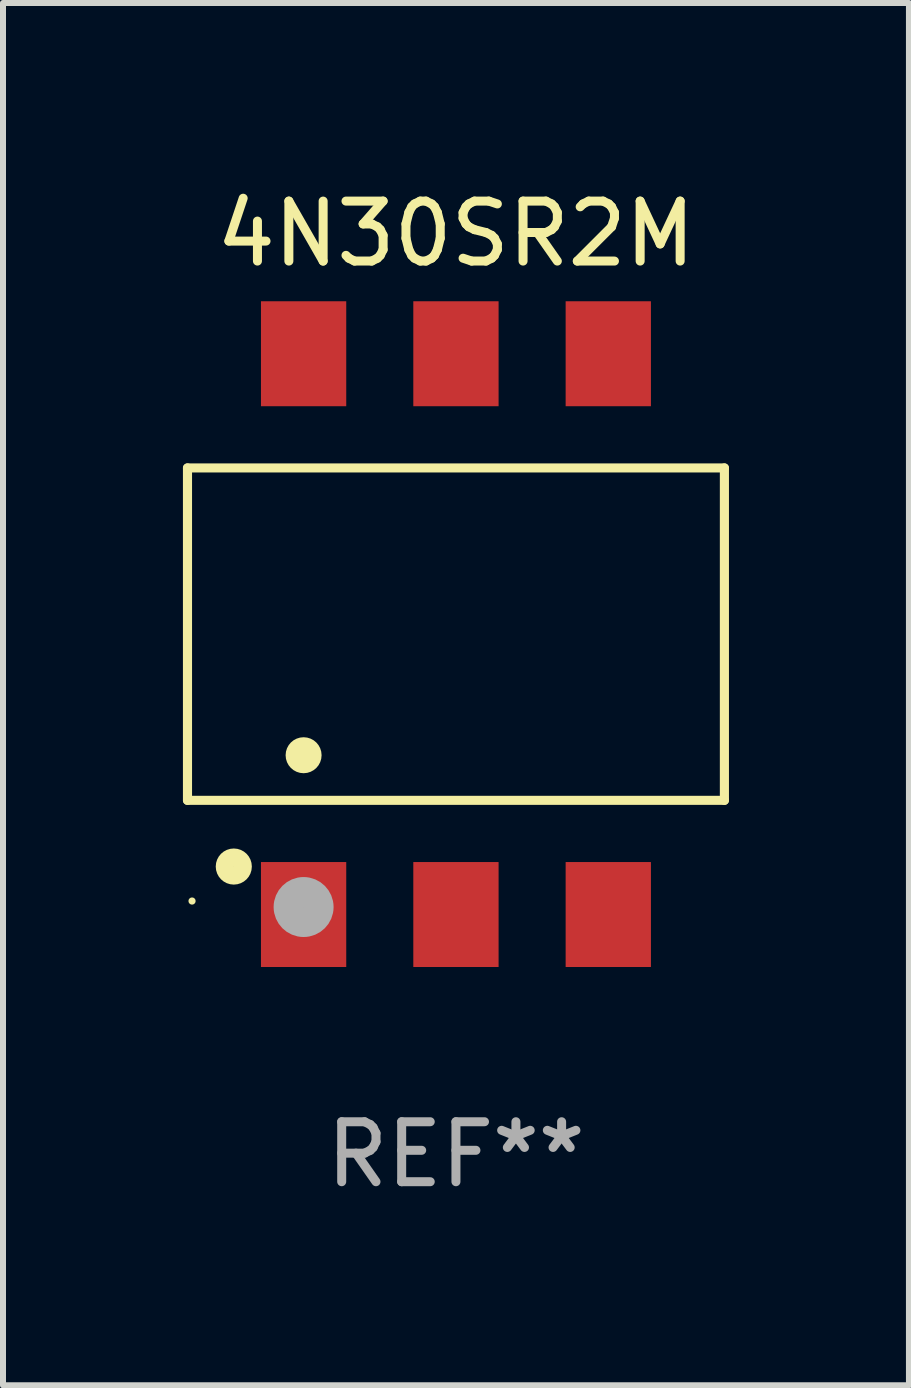
<source format=kicad_pcb>
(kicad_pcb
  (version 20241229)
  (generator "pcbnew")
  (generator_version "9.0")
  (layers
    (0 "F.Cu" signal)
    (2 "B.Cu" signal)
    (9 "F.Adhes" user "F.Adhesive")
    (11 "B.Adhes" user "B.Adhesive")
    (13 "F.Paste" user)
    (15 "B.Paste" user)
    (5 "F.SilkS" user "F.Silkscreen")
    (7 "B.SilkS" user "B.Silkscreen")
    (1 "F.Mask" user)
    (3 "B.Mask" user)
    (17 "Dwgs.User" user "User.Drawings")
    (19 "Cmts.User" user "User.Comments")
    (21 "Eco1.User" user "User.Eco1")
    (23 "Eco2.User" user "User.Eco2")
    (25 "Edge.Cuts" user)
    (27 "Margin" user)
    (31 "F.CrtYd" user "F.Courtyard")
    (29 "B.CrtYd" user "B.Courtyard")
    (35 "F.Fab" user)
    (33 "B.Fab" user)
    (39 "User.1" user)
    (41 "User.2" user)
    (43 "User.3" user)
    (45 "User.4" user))
  (footprint "4N30SR2M"
    (layer "F.Cu")
    (at 4.552 7.523)
    (property "Reference" "4N30SR2M" (at 0 -6.675 0) (layer "F.SilkS") (effects (font (size 1 1) (thickness 0.15))))
    (attr through_hole)
    (fp_line (start -4.476 -2.771) (end 4.476 -2.771) (stroke (width 0.152) (type solid)) (layer "F.SilkS"))
    (fp_line (start -4.476 2.771) (end -4.476 -2.771) (stroke (width 0.152) (type solid)) (layer "F.SilkS"))
    (fp_line (start 4.476 -2.771) (end 4.476 2.771) (stroke (width 0.152) (type solid)) (layer "F.SilkS"))
    (fp_line (start 4.476 2.771) (end -4.476 2.771) (stroke (width 0.152) (type solid)) (layer "F.SilkS"))
    (fp_circle (center -4.4 4.45) (end -4.37 4.45) (stroke (width 0.06) (type solid)) (fill no) (layer "F.SilkS"))
    (fp_circle (center -3.704 3.875) (end -3.553 3.875) (stroke (width 0.3) (type solid)) (fill no) (layer "F.SilkS"))
    (fp_circle (center -2.54 2.019) (end -2.39 2.019) (stroke (width 0.3) (type solid)) (fill no) (layer "F.SilkS"))
    (fp_circle (center -2.54 4.55) (end -2.29 4.55) (stroke (width 0.5) (type solid)) (fill no) (layer "F.Fab"))
    (fp_text user "REF**" (at 0 8.675 0) (layer "F.Fab") (effects (font (size 1 1) (thickness 0.15))))
    (pad "1" smd rect (at -2.54 4.675) (size 1.422 1.75) (layers "F.Cu" "F.Mask" "F.Paste"))
    (pad "2" smd rect (at 0 4.675) (size 1.422 1.75) (layers "F.Cu" "F.Mask" "F.Paste"))
    (pad "3" smd rect (at 2.54 4.675) (size 1.422 1.75) (layers "F.Cu" "F.Mask" "F.Paste"))
    (pad "4" smd rect (at 2.54 -4.675) (size 1.422 1.75) (layers "F.Cu" "F.Mask" "F.Paste"))
    (pad "5" smd rect (at 0 -4.675) (size 1.422 1.75) (layers "F.Cu" "F.Mask" "F.Paste"))
    (pad "6" smd rect (at -2.54 -4.675) (size 1.422 1.75) (layers "F.Cu" "F.Mask" "F.Paste")))
  (gr_rect
    (start -3 -3)
    (end 12.105 20.047)
    (stroke (width 0.1) (type default))
    (fill no)
    (layer "Edge.Cuts")))
</source>
